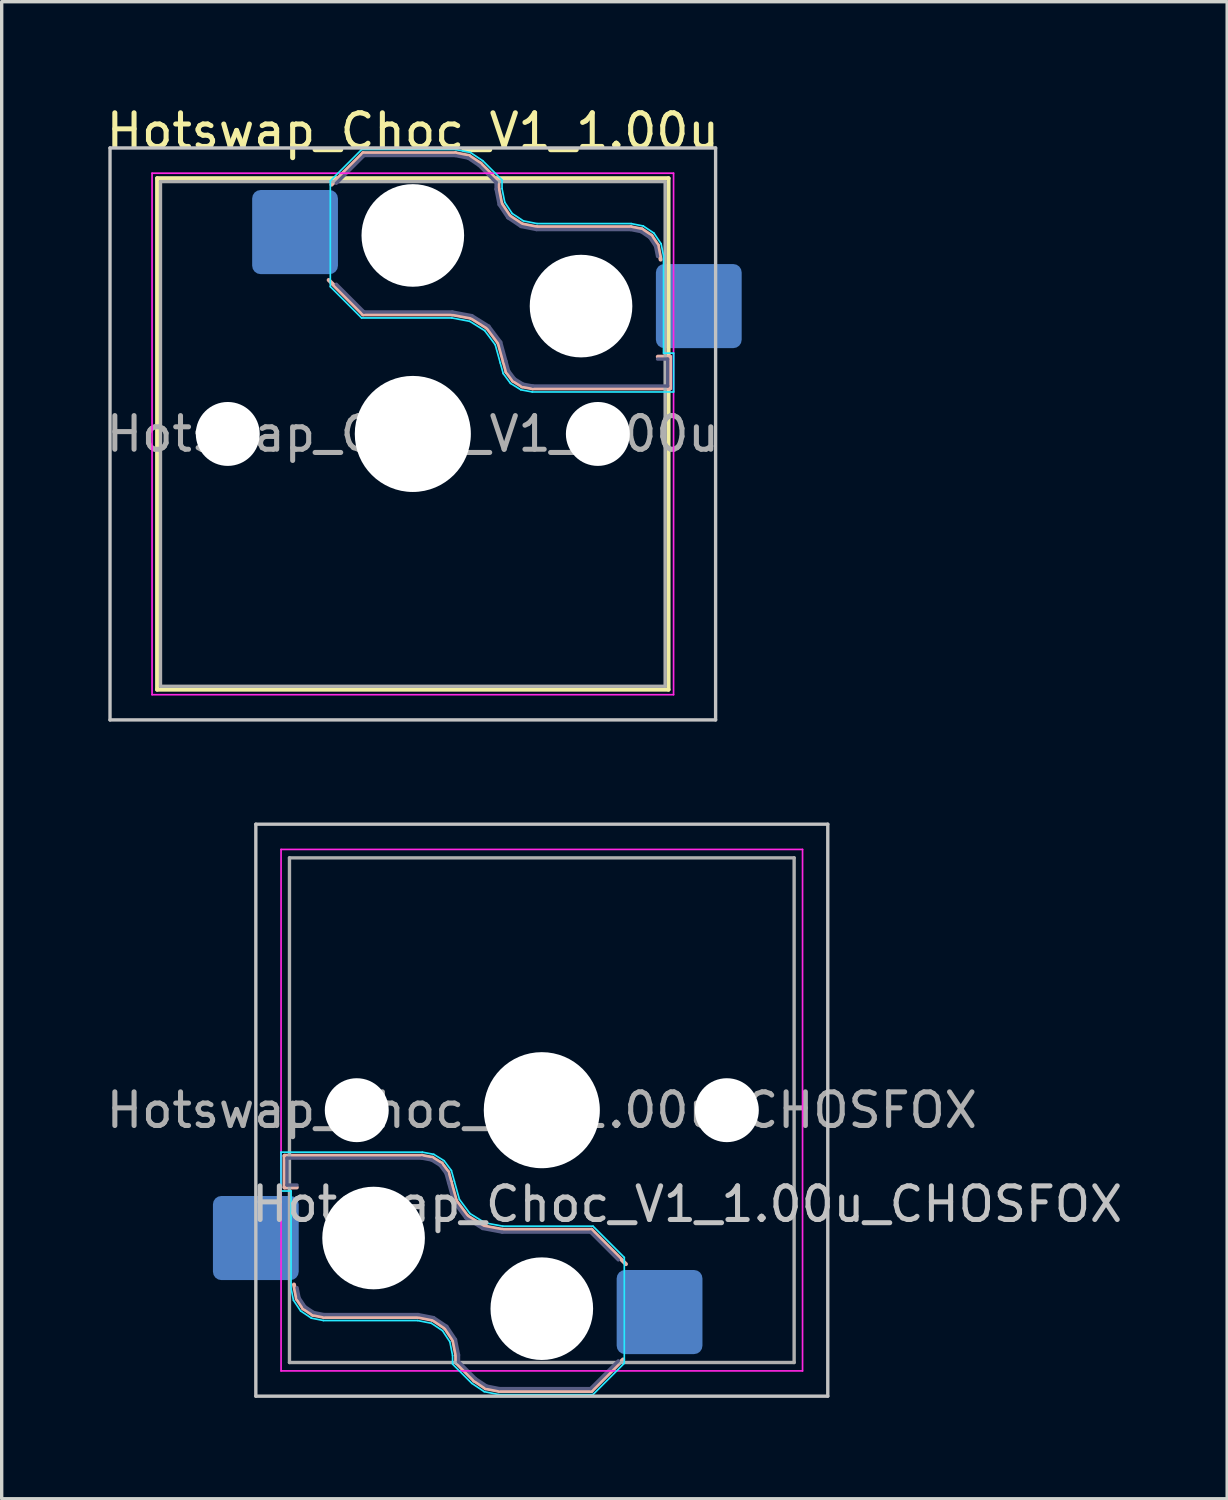
<source format=kicad_pcb>
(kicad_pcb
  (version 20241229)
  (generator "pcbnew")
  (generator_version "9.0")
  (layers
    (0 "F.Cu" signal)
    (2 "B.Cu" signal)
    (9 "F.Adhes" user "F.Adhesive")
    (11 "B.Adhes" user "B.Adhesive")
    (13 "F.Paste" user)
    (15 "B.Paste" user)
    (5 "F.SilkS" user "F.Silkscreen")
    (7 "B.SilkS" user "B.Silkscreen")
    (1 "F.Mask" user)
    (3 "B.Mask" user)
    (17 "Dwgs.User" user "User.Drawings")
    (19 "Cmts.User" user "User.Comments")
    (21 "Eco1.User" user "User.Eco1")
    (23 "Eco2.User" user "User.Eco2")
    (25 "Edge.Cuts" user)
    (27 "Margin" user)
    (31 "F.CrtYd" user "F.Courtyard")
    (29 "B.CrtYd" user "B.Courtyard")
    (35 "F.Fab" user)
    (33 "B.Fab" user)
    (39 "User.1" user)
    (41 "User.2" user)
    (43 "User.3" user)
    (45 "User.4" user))
  (footprint "Hotswap_Choc_V1_1.00u"
    (layer "F.Cu")
    (at 9.22 9.848)
    (property "Reference" "Hotswap_Choc_V1_1.00u" (at 0 -9 0) (layer "F.SilkS") (effects (font (size 1 1) (thickness 0.15))))
    (attr smd)
    (fp_line (start -7.6 -7.6) (end -7.6 7.6) (stroke (width 0.12) (type solid)) (layer "F.SilkS"))
    (fp_line (start -7.6 7.6) (end 7.6 7.6) (stroke (width 0.12) (type solid)) (layer "F.SilkS"))
    (fp_line (start 7.6 -7.6) (end -7.6 -7.6) (stroke (width 0.12) (type solid)) (layer "F.SilkS"))
    (fp_line (start 7.6 7.6) (end 7.6 -7.6) (stroke (width 0.12) (type solid)) (layer "F.SilkS"))
    (fp_line (start -2.416 -7.409) (end -1.479 -8.346) (stroke (width 0.12) (type solid)) (layer "B.SilkS"))
    (fp_line (start -1.479 -8.346) (end 1.268 -8.346) (stroke (width 0.12) (type solid)) (layer "B.SilkS"))
    (fp_line (start -1.479 -3.554) (end -2.5 -4.575) (stroke (width 0.12) (type solid)) (layer "B.SilkS"))
    (fp_line (start 1.168 -3.554) (end -1.479 -3.554) (stroke (width 0.12) (type solid)) (layer "B.SilkS"))
    (fp_line (start 1.268 -8.346) (end 1.671 -8.266) (stroke (width 0.12) (type solid)) (layer "B.SilkS"))
    (fp_line (start 1.671 -8.266) (end 2.013 -8.037) (stroke (width 0.12) (type solid)) (layer "B.SilkS"))
    (fp_line (start 1.73 -3.449) (end 1.168 -3.554) (stroke (width 0.12) (type solid)) (layer "B.SilkS"))
    (fp_line (start 2.013 -8.037) (end 2.546 -7.504) (stroke (width 0.12) (type solid)) (layer "B.SilkS"))
    (fp_line (start 2.209 -3.15) (end 1.73 -3.449) (stroke (width 0.12) (type solid)) (layer "B.SilkS"))
    (fp_line (start 2.546 -7.504) (end 2.546 -7.282) (stroke (width 0.12) (type solid)) (layer "B.SilkS"))
    (fp_line (start 2.546 -7.282) (end 2.633 -6.844) (stroke (width 0.12) (type solid)) (layer "B.SilkS"))
    (fp_line (start 2.547 -2.697) (end 2.209 -3.15) (stroke (width 0.12) (type solid)) (layer "B.SilkS"))
    (fp_line (start 2.633 -6.844) (end 2.877 -6.477) (stroke (width 0.12) (type solid)) (layer "B.SilkS"))
    (fp_line (start 2.701 -2.139) (end 2.547 -2.697) (stroke (width 0.12) (type solid)) (layer "B.SilkS"))
    (fp_line (start 2.783 -1.841) (end 2.701 -2.139) (stroke (width 0.12) (type solid)) (layer "B.SilkS"))
    (fp_line (start 2.877 -6.477) (end 3.244 -6.233) (stroke (width 0.12) (type solid)) (layer "B.SilkS"))
    (fp_line (start 2.976 -1.583) (end 2.783 -1.841) (stroke (width 0.12) (type solid)) (layer "B.SilkS"))
    (fp_line (start 3.244 -6.233) (end 3.682 -6.146) (stroke (width 0.12) (type solid)) (layer "B.SilkS"))
    (fp_line (start 3.25 -1.413) (end 2.976 -1.583) (stroke (width 0.12) (type solid)) (layer "B.SilkS"))
    (fp_line (start 3.56 -1.354) (end 3.25 -1.413) (stroke (width 0.12) (type solid)) (layer "B.SilkS"))
    (fp_line (start 3.682 -6.146) (end 6.482 -6.146) (stroke (width 0.12) (type solid)) (layer "B.SilkS"))
    (fp_line (start 6.482 -6.146) (end 6.809 -6.081) (stroke (width 0.12) (type solid)) (layer "B.SilkS"))
    (fp_line (start 6.809 -6.081) (end 7.092 -5.892) (stroke (width 0.12) (type solid)) (layer "B.SilkS"))
    (fp_line (start 7.092 -5.892) (end 7.281 -5.609) (stroke (width 0.12) (type solid)) (layer "B.SilkS"))
    (fp_line (start 7.281 -5.609) (end 7.366 -5.182) (stroke (width 0.12) (type solid)) (layer "B.SilkS"))
    (fp_line (start 7.283 -2.296) (end 7.646 -2.296) (stroke (width 0.12) (type solid)) (layer "B.SilkS"))
    (fp_line (start 7.646 -2.296) (end 7.646 -1.354) (stroke (width 0.12) (type solid)) (layer "B.SilkS"))
    (fp_line (start 7.646 -1.354) (end 3.56 -1.354) (stroke (width 0.12) (type solid)) (layer "B.SilkS"))
    (fp_line (start -9 -8.5) (end -9 8.5) (stroke (width 0.1) (type solid)) (layer "Dwgs.User"))
    (fp_line (start -9 8.5) (end 9 8.5) (stroke (width 0.1) (type solid)) (layer "Dwgs.User"))
    (fp_line (start 9 -8.5) (end -9 -8.5) (stroke (width 0.1) (type solid)) (layer "Dwgs.User"))
    (fp_line (start 9 8.5) (end 9 -8.5) (stroke (width 0.1) (type solid)) (layer "Dwgs.User"))
    (fp_line (start -7.25 -7.25) (end -7.25 7.25) (stroke (width 0.1) (type solid)) (layer "Eco1.User"))
    (fp_line (start -7.25 7.25) (end 7.25 7.25) (stroke (width 0.1) (type solid)) (layer "Eco1.User"))
    (fp_line (start 7.25 -7.25) (end -7.25 -7.25) (stroke (width 0.1) (type solid)) (layer "Eco1.User"))
    (fp_line (start 7.25 7.25) (end 7.25 -7.25) (stroke (width 0.1) (type solid)) (layer "Eco1.User"))
    (fp_line (start -2.452 -7.523) (end -1.523 -8.452) (stroke (width 0.05) (type solid)) (layer "B.CrtYd"))
    (fp_line (start -2.452 -4.377) (end -2.452 -7.523) (stroke (width 0.05) (type solid)) (layer "B.CrtYd"))
    (fp_line (start -1.523 -8.452) (end 1.278 -8.452) (stroke (width 0.05) (type solid)) (layer "B.CrtYd"))
    (fp_line (start -1.523 -3.448) (end -2.452 -4.377) (stroke (width 0.05) (type solid)) (layer "B.CrtYd"))
    (fp_line (start 1.159 -3.448) (end -1.523 -3.448) (stroke (width 0.05) (type solid)) (layer "B.CrtYd"))
    (fp_line (start 1.278 -8.452) (end 1.712 -8.366) (stroke (width 0.05) (type solid)) (layer "B.CrtYd"))
    (fp_line (start 1.691 -3.348) (end 1.159 -3.448) (stroke (width 0.05) (type solid)) (layer "B.CrtYd"))
    (fp_line (start 1.712 -8.366) (end 2.081 -8.119) (stroke (width 0.05) (type solid)) (layer "B.CrtYd"))
    (fp_line (start 2.081 -8.119) (end 2.652 -7.548) (stroke (width 0.05) (type solid)) (layer "B.CrtYd"))
    (fp_line (start 2.136 -3.071) (end 1.691 -3.348) (stroke (width 0.05) (type solid)) (layer "B.CrtYd"))
    (fp_line (start 2.45 -2.65) (end 2.136 -3.071) (stroke (width 0.05) (type solid)) (layer "B.CrtYd"))
    (fp_line (start 2.599 -2.111) (end 2.45 -2.65) (stroke (width 0.05) (type solid)) (layer "B.CrtYd"))
    (fp_line (start 2.652 -7.548) (end 2.652 -7.292) (stroke (width 0.05) (type solid)) (layer "B.CrtYd"))
    (fp_line (start 2.652 -7.292) (end 2.733 -6.885) (stroke (width 0.05) (type solid)) (layer "B.CrtYd"))
    (fp_line (start 2.687 -1.794) (end 2.599 -2.111) (stroke (width 0.05) (type solid)) (layer "B.CrtYd"))
    (fp_line (start 2.733 -6.885) (end 2.953 -6.553) (stroke (width 0.05) (type solid)) (layer "B.CrtYd"))
    (fp_line (start 2.903 -1.503) (end 2.687 -1.794) (stroke (width 0.05) (type solid)) (layer "B.CrtYd"))
    (fp_line (start 2.953 -6.553) (end 3.285 -6.333) (stroke (width 0.05) (type solid)) (layer "B.CrtYd"))
    (fp_line (start 3.211 -1.312) (end 2.903 -1.503) (stroke (width 0.05) (type solid)) (layer "B.CrtYd"))
    (fp_line (start 3.285 -6.333) (end 3.692 -6.252) (stroke (width 0.05) (type solid)) (layer "B.CrtYd"))
    (fp_line (start 3.55 -1.248) (end 3.211 -1.312) (stroke (width 0.05) (type solid)) (layer "B.CrtYd"))
    (fp_line (start 3.692 -6.252) (end 6.492 -6.252) (stroke (width 0.05) (type solid)) (layer "B.CrtYd"))
    (fp_line (start 6.492 -6.252) (end 6.85 -6.181) (stroke (width 0.05) (type solid)) (layer "B.CrtYd"))
    (fp_line (start 6.85 -6.181) (end 7.168 -5.968) (stroke (width 0.05) (type solid)) (layer "B.CrtYd"))
    (fp_line (start 7.168 -5.968) (end 7.381 -5.65) (stroke (width 0.05) (type solid)) (layer "B.CrtYd"))
    (fp_line (start 7.381 -5.65) (end 7.452 -5.292) (stroke (width 0.05) (type solid)) (layer "B.CrtYd"))
    (fp_line (start 7.452 -5.292) (end 7.452 -2.402) (stroke (width 0.05) (type solid)) (layer "B.CrtYd"))
    (fp_line (start 7.452 -2.402) (end 7.752 -2.402) (stroke (width 0.05) (type solid)) (layer "B.CrtYd"))
    (fp_line (start 7.752 -2.402) (end 7.752 -1.248) (stroke (width 0.05) (type solid)) (layer "B.CrtYd"))
    (fp_line (start 7.752 -1.248) (end 3.55 -1.248) (stroke (width 0.05) (type solid)) (layer "B.CrtYd"))
    (fp_line (start -7.75 -7.75) (end -7.75 7.75) (stroke (width 0.05) (type solid)) (layer "F.CrtYd"))
    (fp_line (start -7.75 7.75) (end 7.75 7.75) (stroke (width 0.05) (type solid)) (layer "F.CrtYd"))
    (fp_line (start 7.75 -7.75) (end -7.75 -7.75) (stroke (width 0.05) (type solid)) (layer "F.CrtYd"))
    (fp_line (start 7.75 7.75) (end 7.75 -7.75) (stroke (width 0.05) (type solid)) (layer "F.CrtYd"))
    (fp_line (start -2.275 -7.45) (end -1.45 -8.275) (stroke (width 0.1) (type solid)) (layer "B.Fab"))
    (fp_line (start -1.45 -8.275) (end 1.261 -8.275) (stroke (width 0.1) (type solid)) (layer "B.Fab"))
    (fp_line (start -1.45 -3.625) (end -2.275 -4.45) (stroke (width 0.1) (type solid)) (layer "B.Fab"))
    (fp_line (start 1.175 -3.625) (end -1.45 -3.625) (stroke (width 0.1) (type solid)) (layer "B.Fab"))
    (fp_line (start 1.261 -8.275) (end 1.643 -8.199) (stroke (width 0.1) (type solid)) (layer "B.Fab"))
    (fp_line (start 1.643 -8.199) (end 1.968 -7.982) (stroke (width 0.1) (type solid)) (layer "B.Fab"))
    (fp_line (start 1.756 -3.516) (end 1.175 -3.625) (stroke (width 0.1) (type solid)) (layer "B.Fab"))
    (fp_line (start 1.968 -7.982) (end 2.475 -7.475) (stroke (width 0.1) (type solid)) (layer "B.Fab"))
    (fp_line (start 2.258 -3.203) (end 1.756 -3.516) (stroke (width 0.1) (type solid)) (layer "B.Fab"))
    (fp_line (start 2.475 -7.475) (end 2.475 -7.275) (stroke (width 0.1) (type solid)) (layer "B.Fab"))
    (fp_line (start 2.475 -7.275) (end 2.566 -6.816) (stroke (width 0.1) (type solid)) (layer "B.Fab"))
    (fp_line (start 2.566 -6.816) (end 2.826 -6.426) (stroke (width 0.1) (type solid)) (layer "B.Fab"))
    (fp_line (start 2.612 -2.729) (end 2.258 -3.203) (stroke (width 0.1) (type solid)) (layer "B.Fab"))
    (fp_line (start 2.769 -2.158) (end 2.612 -2.729) (stroke (width 0.1) (type solid)) (layer "B.Fab"))
    (fp_line (start 2.826 -6.426) (end 3.216 -6.166) (stroke (width 0.1) (type solid)) (layer "B.Fab"))
    (fp_line (start 2.848 -1.873) (end 2.769 -2.158) (stroke (width 0.1) (type solid)) (layer "B.Fab"))
    (fp_line (start 3.025 -1.636) (end 2.848 -1.873) (stroke (width 0.1) (type solid)) (layer "B.Fab"))
    (fp_line (start 3.216 -6.166) (end 3.675 -6.075) (stroke (width 0.1) (type solid)) (layer "B.Fab"))
    (fp_line (start 3.276 -1.48) (end 3.025 -1.636) (stroke (width 0.1) (type solid)) (layer "B.Fab"))
    (fp_line (start 3.567 -1.425) (end 3.276 -1.48) (stroke (width 0.1) (type solid)) (layer "B.Fab"))
    (fp_line (start 3.675 -6.075) (end 6.475 -6.075) (stroke (width 0.1) (type solid)) (layer "B.Fab"))
    (fp_line (start 6.475 -6.075) (end 6.781 -6.014) (stroke (width 0.1) (type solid)) (layer "B.Fab"))
    (fp_line (start 6.781 -6.014) (end 7.041 -5.841) (stroke (width 0.1) (type solid)) (layer "B.Fab"))
    (fp_line (start 7.041 -5.841) (end 7.214 -5.581) (stroke (width 0.1) (type solid)) (layer "B.Fab"))
    (fp_line (start 7.214 -5.581) (end 7.275 -5.275) (stroke (width 0.1) (type solid)) (layer "B.Fab"))
    (fp_line (start 7.275 -2.225) (end 7.575 -2.225) (stroke (width 0.1) (type solid)) (layer "B.Fab"))
    (fp_line (start 7.575 -2.225) (end 7.575 -1.425) (stroke (width 0.1) (type solid)) (layer "B.Fab"))
    (fp_line (start 7.575 -1.425) (end 3.567 -1.425) (stroke (width 0.1) (type solid)) (layer "B.Fab"))
    (fp_line (start -7.5 -7.5) (end -7.5 7.5) (stroke (width 0.1) (type solid)) (layer "F.Fab"))
    (fp_line (start -7.5 7.5) (end 7.5 7.5) (stroke (width 0.1) (type solid)) (layer "F.Fab"))
    (fp_line (start 7.5 -7.5) (end -7.5 -7.5) (stroke (width 0.1) (type solid)) (layer "F.Fab"))
    (fp_line (start 7.5 7.5) (end 7.5 -7.5) (stroke (width 0.1) (type solid)) (layer "F.Fab"))
    (fp_text user "${REFERENCE}" (at 0 0 0) (layer "F.Fab") (effects (font (size 1 1) (thickness 0.15))))
    (pad "" np_thru_hole circle (at -5.5 0) (size 1.9 1.9) (drill 1.9) (layers "*.Cu" "*.Mask"))
    (pad "" np_thru_hole circle (at 0 -5.9) (size 3.05 3.05) (drill 3.05) (layers "*.Cu" "*.Mask"))
    (pad "" np_thru_hole circle (at 0 0) (size 3.45 3.45) (drill 3.45) (layers "*.Cu" "*.Mask"))
    (pad "" np_thru_hole circle (at 5 -3.8) (size 3.05 3.05) (drill 3.05) (layers "*.Cu" "*.Mask"))
    (pad "" np_thru_hole circle (at 5.5 0) (size 1.9 1.9) (drill 1.9) (layers "*.Cu" "*.Mask"))
    (pad "1" smd roundrect (at -3.5 -6) (size 2.55 2.5) (layers "B.Cu" "B.Mask" "B.Paste") (roundrect_rratio 0.1))
    (pad "2" smd roundrect (at 8.5 -3.8) (size 2.55 2.5) (layers "B.Cu" "B.Mask" "B.Paste") (roundrect_rratio 0.1)))
  (footprint "Hotswap_Choc_V1_1.00u_CHOSFOX"
    (layer "F.Cu")
    (at 13.054 29.948)
    (property "Reference" "Hotswap_Choc_V1_1.00u_CHOSFOX" (at 4.318 2.794 180) (layer "Dwgs.User") (effects (font (size 1 1) (thickness 0.15))))
    (attr smd)
    (fp_line (start -7.646 1.354) (end -3.56 1.354) (stroke (width 0.12) (type solid)) (layer "B.SilkS"))
    (fp_line (start -7.646 2.296) (end -7.646 1.354) (stroke (width 0.12) (type solid)) (layer "B.SilkS"))
    (fp_line (start -7.283 2.296) (end -7.646 2.296) (stroke (width 0.12) (type solid)) (layer "B.SilkS"))
    (fp_line (start -7.281 5.609) (end -7.366 5.182) (stroke (width 0.12) (type solid)) (layer "B.SilkS"))
    (fp_line (start -7.092 5.892) (end -7.281 5.609) (stroke (width 0.12) (type solid)) (layer "B.SilkS"))
    (fp_line (start -6.809 6.081) (end -7.092 5.892) (stroke (width 0.12) (type solid)) (layer "B.SilkS"))
    (fp_line (start -6.482 6.146) (end -6.809 6.081) (stroke (width 0.12) (type solid)) (layer "B.SilkS"))
    (fp_line (start -3.682 6.146) (end -6.482 6.146) (stroke (width 0.12) (type solid)) (layer "B.SilkS"))
    (fp_line (start -3.56 1.354) (end -3.25 1.413) (stroke (width 0.12) (type solid)) (layer "B.SilkS"))
    (fp_line (start -3.25 1.413) (end -2.976 1.583) (stroke (width 0.12) (type solid)) (layer "B.SilkS"))
    (fp_line (start -3.244 6.233) (end -3.682 6.146) (stroke (width 0.12) (type solid)) (layer "B.SilkS"))
    (fp_line (start -2.976 1.583) (end -2.783 1.841) (stroke (width 0.12) (type solid)) (layer "B.SilkS"))
    (fp_line (start -2.877 6.477) (end -3.244 6.233) (stroke (width 0.12) (type solid)) (layer "B.SilkS"))
    (fp_line (start -2.783 1.841) (end -2.701 2.139) (stroke (width 0.12) (type solid)) (layer "B.SilkS"))
    (fp_line (start -2.701 2.139) (end -2.547 2.697) (stroke (width 0.12) (type solid)) (layer "B.SilkS"))
    (fp_line (start -2.633 6.844) (end -2.877 6.477) (stroke (width 0.12) (type solid)) (layer "B.SilkS"))
    (fp_line (start -2.547 2.697) (end -2.209 3.15) (stroke (width 0.12) (type solid)) (layer "B.SilkS"))
    (fp_line (start -2.546 7.282) (end -2.633 6.844) (stroke (width 0.12) (type solid)) (layer "B.SilkS"))
    (fp_line (start -2.546 7.504) (end -2.546 7.282) (stroke (width 0.12) (type solid)) (layer "B.SilkS"))
    (fp_line (start -2.209 3.15) (end -1.73 3.449) (stroke (width 0.12) (type solid)) (layer "B.SilkS"))
    (fp_line (start -2.013 8.037) (end -2.546 7.504) (stroke (width 0.12) (type solid)) (layer "B.SilkS"))
    (fp_line (start -1.73 3.449) (end -1.168 3.554) (stroke (width 0.12) (type solid)) (layer "B.SilkS"))
    (fp_line (start -1.671 8.266) (end -2.013 8.037) (stroke (width 0.12) (type solid)) (layer "B.SilkS"))
    (fp_line (start -1.268 8.346) (end -1.671 8.266) (stroke (width 0.12) (type solid)) (layer "B.SilkS"))
    (fp_line (start -1.168 3.554) (end 1.479 3.554) (stroke (width 0.12) (type solid)) (layer "B.SilkS"))
    (fp_line (start 1.479 3.554) (end 2.5 4.575) (stroke (width 0.12) (type solid)) (layer "B.SilkS"))
    (fp_line (start 1.479 8.346) (end -1.268 8.346) (stroke (width 0.12) (type solid)) (layer "B.SilkS"))
    (fp_line (start 2.416 7.409) (end 1.479 8.346) (stroke (width 0.12) (type solid)) (layer "B.SilkS"))
    (fp_line (start -8.5 -8.5) (end -8.5 8.5) (stroke (width 0.1) (type default)) (layer "Dwgs.User"))
    (fp_line (start -8.5 -8.5) (end 8.5 -8.5) (stroke (width 0.1) (type default)) (layer "Dwgs.User"))
    (fp_line (start -8.5 8.5) (end 8.5 8.5) (stroke (width 0.1) (type default)) (layer "Dwgs.User"))
    (fp_line (start 8.5 -8.5) (end 8.5 8.5) (stroke (width 0.1) (type default)) (layer "Dwgs.User"))
    (fp_line (start -7.752 1.248) (end -3.55 1.248) (stroke (width 0.05) (type solid)) (layer "B.CrtYd"))
    (fp_line (start -7.752 2.402) (end -7.752 1.248) (stroke (width 0.05) (type solid)) (layer "B.CrtYd"))
    (fp_line (start -7.452 2.402) (end -7.752 2.402) (stroke (width 0.05) (type solid)) (layer "B.CrtYd"))
    (fp_line (start -7.452 5.292) (end -7.452 2.402) (stroke (width 0.05) (type solid)) (layer "B.CrtYd"))
    (fp_line (start -7.381 5.65) (end -7.452 5.292) (stroke (width 0.05) (type solid)) (layer "B.CrtYd"))
    (fp_line (start -7.168 5.968) (end -7.381 5.65) (stroke (width 0.05) (type solid)) (layer "B.CrtYd"))
    (fp_line (start -6.85 6.181) (end -7.168 5.968) (stroke (width 0.05) (type solid)) (layer "B.CrtYd"))
    (fp_line (start -6.492 6.252) (end -6.85 6.181) (stroke (width 0.05) (type solid)) (layer "B.CrtYd"))
    (fp_line (start -3.692 6.252) (end -6.492 6.252) (stroke (width 0.05) (type solid)) (layer "B.CrtYd"))
    (fp_line (start -3.55 1.248) (end -3.211 1.312) (stroke (width 0.05) (type solid)) (layer "B.CrtYd"))
    (fp_line (start -3.285 6.333) (end -3.692 6.252) (stroke (width 0.05) (type solid)) (layer "B.CrtYd"))
    (fp_line (start -3.211 1.312) (end -2.903 1.503) (stroke (width 0.05) (type solid)) (layer "B.CrtYd"))
    (fp_line (start -2.953 6.553) (end -3.285 6.333) (stroke (width 0.05) (type solid)) (layer "B.CrtYd"))
    (fp_line (start -2.903 1.503) (end -2.687 1.794) (stroke (width 0.05) (type solid)) (layer "B.CrtYd"))
    (fp_line (start -2.733 6.885) (end -2.953 6.553) (stroke (width 0.05) (type solid)) (layer "B.CrtYd"))
    (fp_line (start -2.687 1.794) (end -2.599 2.111) (stroke (width 0.05) (type solid)) (layer "B.CrtYd"))
    (fp_line (start -2.652 7.292) (end -2.733 6.885) (stroke (width 0.05) (type solid)) (layer "B.CrtYd"))
    (fp_line (start -2.652 7.548) (end -2.652 7.292) (stroke (width 0.05) (type solid)) (layer "B.CrtYd"))
    (fp_line (start -2.599 2.111) (end -2.45 2.65) (stroke (width 0.05) (type solid)) (layer "B.CrtYd"))
    (fp_line (start -2.45 2.65) (end -2.136 3.071) (stroke (width 0.05) (type solid)) (layer "B.CrtYd"))
    (fp_line (start -2.136 3.071) (end -1.691 3.348) (stroke (width 0.05) (type solid)) (layer "B.CrtYd"))
    (fp_line (start -2.081 8.119) (end -2.652 7.548) (stroke (width 0.05) (type solid)) (layer "B.CrtYd"))
    (fp_line (start -1.712 8.366) (end -2.081 8.119) (stroke (width 0.05) (type solid)) (layer "B.CrtYd"))
    (fp_line (start -1.691 3.348) (end -1.159 3.448) (stroke (width 0.05) (type solid)) (layer "B.CrtYd"))
    (fp_line (start -1.278 8.452) (end -1.712 8.366) (stroke (width 0.05) (type solid)) (layer "B.CrtYd"))
    (fp_line (start -1.159 3.448) (end 1.523 3.448) (stroke (width 0.05) (type solid)) (layer "B.CrtYd"))
    (fp_line (start 1.523 3.448) (end 2.452 4.377) (stroke (width 0.05) (type solid)) (layer "B.CrtYd"))
    (fp_line (start 1.523 8.452) (end -1.278 8.452) (stroke (width 0.05) (type solid)) (layer "B.CrtYd"))
    (fp_line (start 2.452 4.377) (end 2.452 7.523) (stroke (width 0.05) (type solid)) (layer "B.CrtYd"))
    (fp_line (start 2.452 7.523) (end 1.523 8.452) (stroke (width 0.05) (type solid)) (layer "B.CrtYd"))
    (fp_line (start -7.75 -7.75) (end -7.75 7.75) (stroke (width 0.05) (type solid)) (layer "F.CrtYd"))
    (fp_line (start -7.75 7.75) (end 7.75 7.75) (stroke (width 0.05) (type solid)) (layer "F.CrtYd"))
    (fp_line (start 7.75 -7.75) (end -7.75 -7.75) (stroke (width 0.05) (type solid)) (layer "F.CrtYd"))
    (fp_line (start 7.75 7.75) (end 7.75 -7.75) (stroke (width 0.05) (type solid)) (layer "F.CrtYd"))
    (fp_line (start -7.575 1.425) (end -3.567 1.425) (stroke (width 0.1) (type solid)) (layer "B.Fab"))
    (fp_line (start -7.575 2.225) (end -7.575 1.425) (stroke (width 0.1) (type solid)) (layer "B.Fab"))
    (fp_line (start -7.275 2.225) (end -7.575 2.225) (stroke (width 0.1) (type solid)) (layer "B.Fab"))
    (fp_line (start -7.214 5.581) (end -7.275 5.275) (stroke (width 0.1) (type solid)) (layer "B.Fab"))
    (fp_line (start -7.041 5.841) (end -7.214 5.581) (stroke (width 0.1) (type solid)) (layer "B.Fab"))
    (fp_line (start -6.781 6.014) (end -7.041 5.841) (stroke (width 0.1) (type solid)) (layer "B.Fab"))
    (fp_line (start -6.475 6.075) (end -6.781 6.014) (stroke (width 0.1) (type solid)) (layer "B.Fab"))
    (fp_line (start -3.675 6.075) (end -6.475 6.075) (stroke (width 0.1) (type solid)) (layer "B.Fab"))
    (fp_line (start -3.567 1.425) (end -3.276 1.48) (stroke (width 0.1) (type solid)) (layer "B.Fab"))
    (fp_line (start -3.276 1.48) (end -3.025 1.636) (stroke (width 0.1) (type solid)) (layer "B.Fab"))
    (fp_line (start -3.216 6.166) (end -3.675 6.075) (stroke (width 0.1) (type solid)) (layer "B.Fab"))
    (fp_line (start -3.025 1.636) (end -2.848 1.873) (stroke (width 0.1) (type solid)) (layer "B.Fab"))
    (fp_line (start -2.848 1.873) (end -2.769 2.158) (stroke (width 0.1) (type solid)) (layer "B.Fab"))
    (fp_line (start -2.826 6.426) (end -3.216 6.166) (stroke (width 0.1) (type solid)) (layer "B.Fab"))
    (fp_line (start -2.769 2.158) (end -2.612 2.729) (stroke (width 0.1) (type solid)) (layer "B.Fab"))
    (fp_line (start -2.612 2.729) (end -2.258 3.203) (stroke (width 0.1) (type solid)) (layer "B.Fab"))
    (fp_line (start -2.566 6.816) (end -2.826 6.426) (stroke (width 0.1) (type solid)) (layer "B.Fab"))
    (fp_line (start -2.475 7.275) (end -2.566 6.816) (stroke (width 0.1) (type solid)) (layer "B.Fab"))
    (fp_line (start -2.475 7.475) (end -2.475 7.275) (stroke (width 0.1) (type solid)) (layer "B.Fab"))
    (fp_line (start -2.258 3.203) (end -1.756 3.516) (stroke (width 0.1) (type solid)) (layer "B.Fab"))
    (fp_line (start -1.968 7.982) (end -2.475 7.475) (stroke (width 0.1) (type solid)) (layer "B.Fab"))
    (fp_line (start -1.756 3.516) (end -1.175 3.625) (stroke (width 0.1) (type solid)) (layer "B.Fab"))
    (fp_line (start -1.643 8.199) (end -1.968 7.982) (stroke (width 0.1) (type solid)) (layer "B.Fab"))
    (fp_line (start -1.261 8.275) (end -1.643 8.199) (stroke (width 0.1) (type solid)) (layer "B.Fab"))
    (fp_line (start -1.175 3.625) (end 1.45 3.625) (stroke (width 0.1) (type solid)) (layer "B.Fab"))
    (fp_line (start 1.45 3.625) (end 2.275 4.45) (stroke (width 0.1) (type solid)) (layer "B.Fab"))
    (fp_line (start 1.45 8.275) (end -1.261 8.275) (stroke (width 0.1) (type solid)) (layer "B.Fab"))
    (fp_line (start 2.275 7.45) (end 1.45 8.275) (stroke (width 0.1) (type solid)) (layer "B.Fab"))
    (fp_line (start -7.5 -7.5) (end -7.5 7.5) (stroke (width 0.1) (type solid)) (layer "F.Fab"))
    (fp_line (start -7.5 7.5) (end 7.5 7.5) (stroke (width 0.1) (type solid)) (layer "F.Fab"))
    (fp_line (start 7.5 -7.5) (end -7.5 -7.5) (stroke (width 0.1) (type solid)) (layer "F.Fab"))
    (fp_line (start 7.5 7.5) (end 7.5 -7.5) (stroke (width 0.1) (type solid)) (layer "F.Fab"))
    (fp_text user "${REFERENCE}" (at 0 0 180) (layer "F.Fab") (effects (font (size 1 1) (thickness 0.15))))
    (pad "" np_thru_hole circle (at -5.5 0 180) (size 1.9 1.9) (drill 1.9) (layers "*.Cu" "*.Mask"))
    (pad "" np_thru_hole circle (at -5 3.8 180) (size 3.05 3.05) (drill 3.05) (layers "*.Cu" "*.Mask"))
    (pad "" np_thru_hole circle (at 0 0 180) (size 3.45 3.45) (drill 3.45) (layers "*.Cu" "*.Mask"))
    (pad "" np_thru_hole circle (at 0 5.9 180) (size 3.05 3.05) (drill 3.05) (layers "*.Cu" "*.Mask"))
    (pad "" np_thru_hole circle (at 5.5 0 180) (size 1.9 1.9) (drill 1.9) (layers "*.Cu" "*.Mask"))
    (pad "1" smd roundrect (at 3.5 6 180) (size 2.55 2.5) (layers "B.Cu" "B.Mask" "B.Paste") (roundrect_rratio 0.1))
    (pad "2" smd roundrect (at -8.5 3.8 180) (size 2.55 2.5) (layers "B.Cu" "B.Mask" "B.Paste") (roundrect_rratio 0.1)))
  (gr_rect
    (start -3 -3)
    (end 33.425 41.498)
    (stroke (width 0.1) (type default))
    (fill no)
    (layer "Edge.Cuts")))
</source>
